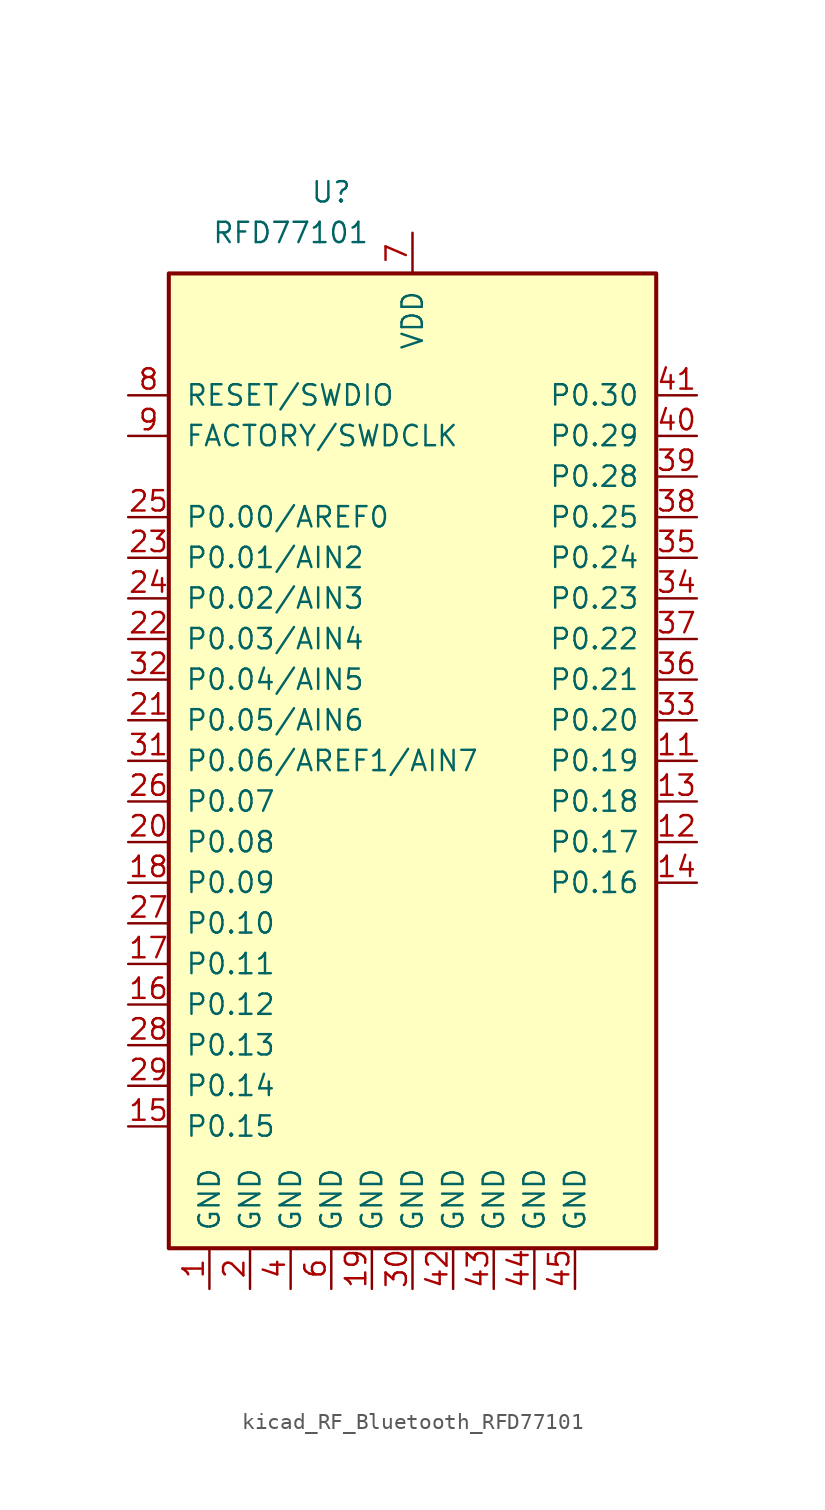
<source format=kicad_sym>
(kicad_symbol_lib
  (version 20220914)
  (generator kicad_symbol_editor)
  (symbol "kicad_RF_Bluetooth_RFD77101"
    (pin_names
      (offset 1.016))
    (property "Reference" "U"
      (at -5.08 35.56 0)
      (effects (font (size 1.27 1.27))))
    (property "Value" "RFD77101"
      (at -7.62 33.02 0)
      (effects (font (size 1.27 1.27))))
    (symbol "kicad_RF_Bluetooth_RFD77101_0_1"
      (rectangle (start -15.24 30.48) (end 15.24 -30.48) (stroke (width 0.254) (type default)) (fill (type background))))
    (symbol "kicad_RF_Bluetooth_RFD77101_1_1"
      (pin power_in line (at -12.7 -33.02 90) (length 2.54) (name "GND" (effects (font (size 1.27 1.27)))) (number "1" (effects (font (size 1.27 1.27)))))
      (pin no_connect line (at 15.24 -20.32 180) (length 2.54) hide (name "NC" (effects (font (size 1.27 1.27)))) (number "10" (effects (font (size 1.27 1.27)))))
      (pin bidirectional line (at 17.78 0 180) (length 2.54) (name "P0.19" (effects (font (size 1.27 1.27)))) (number "11" (effects (font (size 1.27 1.27)))))
      (pin bidirectional line (at 17.78 -5.08 180) (length 2.54) (name "P0.17" (effects (font (size 1.27 1.27)))) (number "12" (effects (font (size 1.27 1.27)))))
      (pin bidirectional line (at 17.78 -2.54 180) (length 2.54) (name "P0.18" (effects (font (size 1.27 1.27)))) (number "13" (effects (font (size 1.27 1.27)))))
      (pin bidirectional line (at 17.78 -7.62 180) (length 2.54) (name "P0.16" (effects (font (size 1.27 1.27)))) (number "14" (effects (font (size 1.27 1.27)))))
      (pin bidirectional line (at -17.78 -22.86 0) (length 2.54) (name "P0.15" (effects (font (size 1.27 1.27)))) (number "15" (effects (font (size 1.27 1.27)))))
      (pin bidirectional line (at -17.78 -15.24 0) (length 2.54) (name "P0.12" (effects (font (size 1.27 1.27)))) (number "16" (effects (font (size 1.27 1.27)))))
      (pin bidirectional line (at -17.78 -12.7 0) (length 2.54) (name "P0.11" (effects (font (size 1.27 1.27)))) (number "17" (effects (font (size 1.27 1.27)))))
      (pin bidirectional line (at -17.78 -7.62 0) (length 2.54) (name "P0.09" (effects (font (size 1.27 1.27)))) (number "18" (effects (font (size 1.27 1.27)))))
      (pin power_in line (at -2.54 -33.02 90) (length 2.54) (name "GND" (effects (font (size 1.27 1.27)))) (number "19" (effects (font (size 1.27 1.27)))))
      (pin power_in line (at -10.16 -33.02 90) (length 2.54) (name "GND" (effects (font (size 1.27 1.27)))) (number "2" (effects (font (size 1.27 1.27)))))
      (pin bidirectional line (at -17.78 -5.08 0) (length 2.54) (name "P0.08" (effects (font (size 1.27 1.27)))) (number "20" (effects (font (size 1.27 1.27)))))
      (pin bidirectional line (at -17.78 2.54 0) (length 2.54) (name "P0.05/AIN6" (effects (font (size 1.27 1.27)))) (number "21" (effects (font (size 1.27 1.27)))))
      (pin bidirectional line (at -17.78 7.62 0) (length 2.54) (name "P0.03/AIN4" (effects (font (size 1.27 1.27)))) (number "22" (effects (font (size 1.27 1.27)))))
      (pin bidirectional line (at -17.78 12.7 0) (length 2.54) (name "P0.01/AIN2" (effects (font (size 1.27 1.27)))) (number "23" (effects (font (size 1.27 1.27)))))
      (pin bidirectional line (at -17.78 10.16 0) (length 2.54) (name "P0.02/AIN3" (effects (font (size 1.27 1.27)))) (number "24" (effects (font (size 1.27 1.27)))))
      (pin bidirectional line (at -17.78 15.24 0) (length 2.54) (name "P0.00/AREF0" (effects (font (size 1.27 1.27)))) (number "25" (effects (font (size 1.27 1.27)))))
      (pin bidirectional line (at -17.78 -2.54 0) (length 2.54) (name "P0.07" (effects (font (size 1.27 1.27)))) (number "26" (effects (font (size 1.27 1.27)))))
      (pin bidirectional line (at -17.78 -10.16 0) (length 2.54) (name "P0.10" (effects (font (size 1.27 1.27)))) (number "27" (effects (font (size 1.27 1.27)))))
      (pin bidirectional line (at -17.78 -17.78 0) (length 2.54) (name "P0.13" (effects (font (size 1.27 1.27)))) (number "28" (effects (font (size 1.27 1.27)))))
      (pin bidirectional line (at -17.78 -20.32 0) (length 2.54) (name "P0.14" (effects (font (size 1.27 1.27)))) (number "29" (effects (font (size 1.27 1.27)))))
      (pin no_connect line (at 15.24 -15.24 180) (length 2.54) hide (name "NC" (effects (font (size 1.27 1.27)))) (number "3" (effects (font (size 1.27 1.27)))))
      (pin power_in line (at 0 -33.02 90) (length 2.54) (name "GND" (effects (font (size 1.27 1.27)))) (number "30" (effects (font (size 1.27 1.27)))))
      (pin bidirectional line (at -17.78 0 0) (length 2.54) (name "P0.06/AREF1/AIN7" (effects (font (size 1.27 1.27)))) (number "31" (effects (font (size 1.27 1.27)))))
      (pin bidirectional line (at -17.78 5.08 0) (length 2.54) (name "P0.04/AIN5" (effects (font (size 1.27 1.27)))) (number "32" (effects (font (size 1.27 1.27)))))
      (pin bidirectional line (at 17.78 2.54 180) (length 2.54) (name "P0.20" (effects (font (size 1.27 1.27)))) (number "33" (effects (font (size 1.27 1.27)))))
      (pin bidirectional line (at 17.78 10.16 180) (length 2.54) (name "P0.23" (effects (font (size 1.27 1.27)))) (number "34" (effects (font (size 1.27 1.27)))))
      (pin bidirectional line (at 17.78 12.7 180) (length 2.54) (name "P0.24" (effects (font (size 1.27 1.27)))) (number "35" (effects (font (size 1.27 1.27)))))
      (pin bidirectional line (at 17.78 5.08 180) (length 2.54) (name "P0.21" (effects (font (size 1.27 1.27)))) (number "36" (effects (font (size 1.27 1.27)))))
      (pin bidirectional line (at 17.78 7.62 180) (length 2.54) (name "P0.22" (effects (font (size 1.27 1.27)))) (number "37" (effects (font (size 1.27 1.27)))))
      (pin bidirectional line (at 17.78 15.24 180) (length 2.54) (name "P0.25" (effects (font (size 1.27 1.27)))) (number "38" (effects (font (size 1.27 1.27)))))
      (pin bidirectional line (at 17.78 17.78 180) (length 2.54) (name "P0.28" (effects (font (size 1.27 1.27)))) (number "39" (effects (font (size 1.27 1.27)))))
      (pin power_in line (at -7.62 -33.02 90) (length 2.54) (name "GND" (effects (font (size 1.27 1.27)))) (number "4" (effects (font (size 1.27 1.27)))))
      (pin bidirectional line (at 17.78 20.32 180) (length 2.54) (name "P0.29" (effects (font (size 1.27 1.27)))) (number "40" (effects (font (size 1.27 1.27)))))
      (pin bidirectional line (at 17.78 22.86 180) (length 2.54) (name "P0.30" (effects (font (size 1.27 1.27)))) (number "41" (effects (font (size 1.27 1.27)))))
      (pin power_in line (at 2.54 -33.02 90) (length 2.54) (name "GND" (effects (font (size 1.27 1.27)))) (number "42" (effects (font (size 1.27 1.27)))))
      (pin power_in line (at 5.08 -33.02 90) (length 2.54) (name "GND" (effects (font (size 1.27 1.27)))) (number "43" (effects (font (size 1.27 1.27)))))
      (pin power_in line (at 7.62 -33.02 90) (length 2.54) (name "GND" (effects (font (size 1.27 1.27)))) (number "44" (effects (font (size 1.27 1.27)))))
      (pin power_in line (at 10.16 -33.02 90) (length 2.54) (name "GND" (effects (font (size 1.27 1.27)))) (number "45" (effects (font (size 1.27 1.27)))))
      (pin no_connect line (at 15.24 -17.78 180) (length 2.54) hide (name "NC" (effects (font (size 1.27 1.27)))) (number "5" (effects (font (size 1.27 1.27)))))
      (pin power_in line (at -5.08 -33.02 90) (length 2.54) (name "GND" (effects (font (size 1.27 1.27)))) (number "6" (effects (font (size 1.27 1.27)))))
      (pin power_in line (at 0 33.02 270) (length 2.54) (name "VDD" (effects (font (size 1.27 1.27)))) (number "7" (effects (font (size 1.27 1.27)))))
      (pin bidirectional line (at -17.78 22.86 0) (length 2.54) (name "RESET/SWDIO" (effects (font (size 1.27 1.27)))) (number "8" (effects (font (size 1.27 1.27)))))
      (pin input line (at -17.78 20.32 0) (length 2.54) (name "FACTORY/SWDCLK" (effects (font (size 1.27 1.27)))) (number "9" (effects (font (size 1.27 1.27))))))))
</source>
